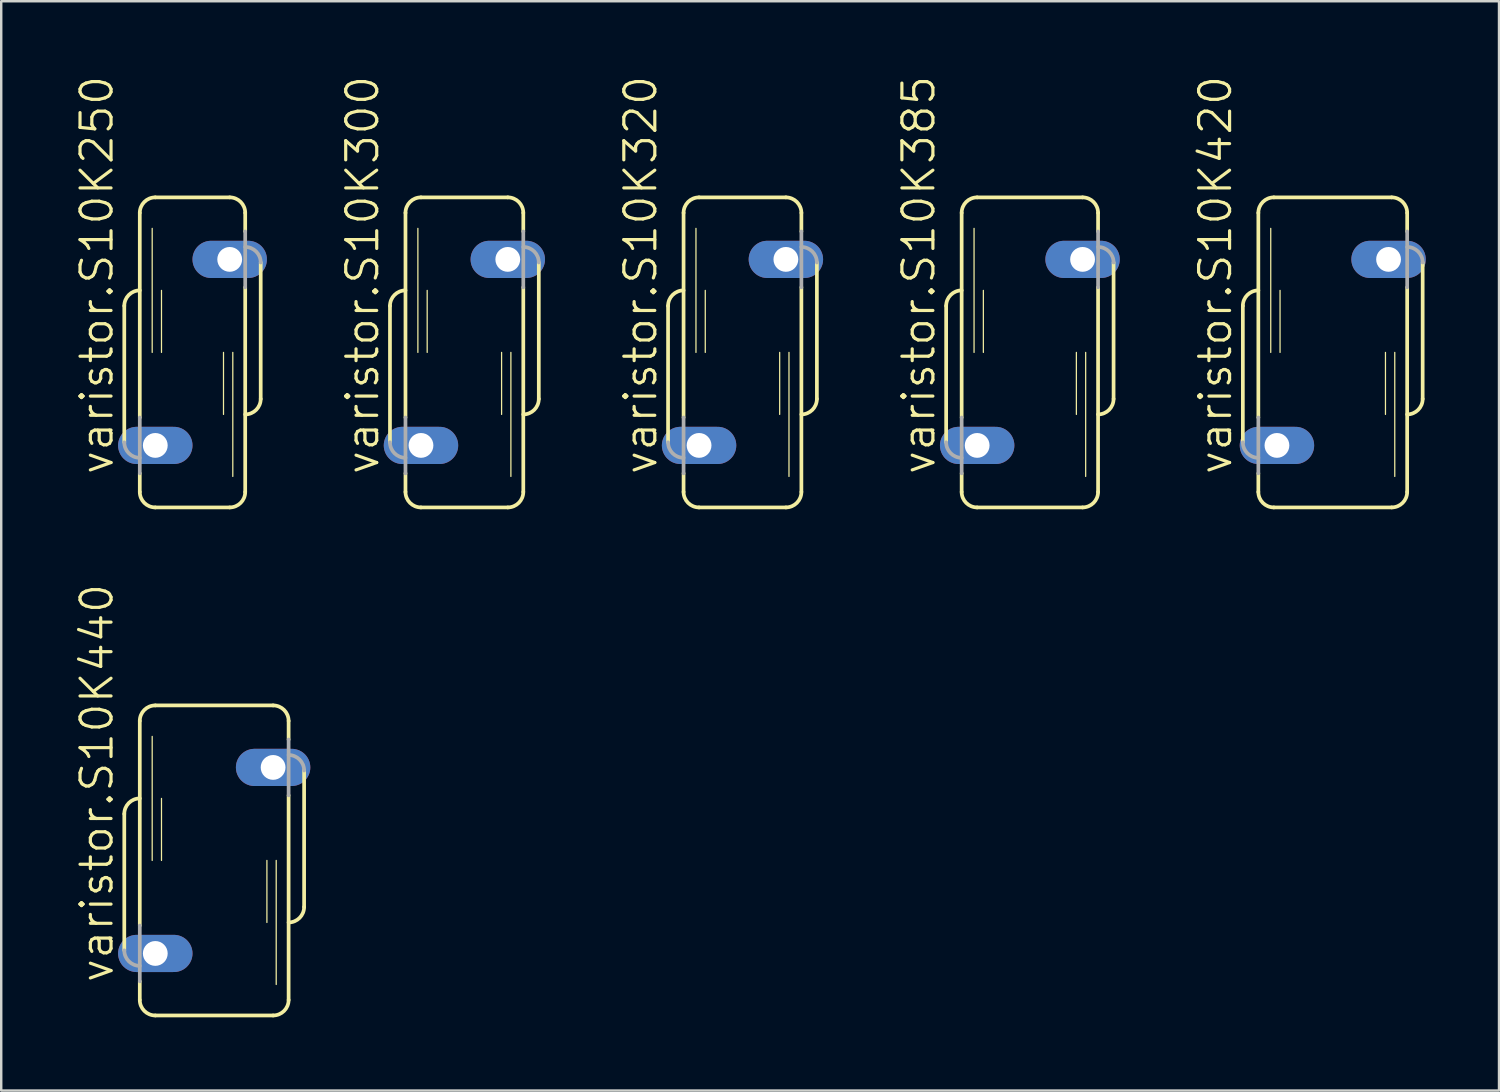
<source format=kicad_pcb>
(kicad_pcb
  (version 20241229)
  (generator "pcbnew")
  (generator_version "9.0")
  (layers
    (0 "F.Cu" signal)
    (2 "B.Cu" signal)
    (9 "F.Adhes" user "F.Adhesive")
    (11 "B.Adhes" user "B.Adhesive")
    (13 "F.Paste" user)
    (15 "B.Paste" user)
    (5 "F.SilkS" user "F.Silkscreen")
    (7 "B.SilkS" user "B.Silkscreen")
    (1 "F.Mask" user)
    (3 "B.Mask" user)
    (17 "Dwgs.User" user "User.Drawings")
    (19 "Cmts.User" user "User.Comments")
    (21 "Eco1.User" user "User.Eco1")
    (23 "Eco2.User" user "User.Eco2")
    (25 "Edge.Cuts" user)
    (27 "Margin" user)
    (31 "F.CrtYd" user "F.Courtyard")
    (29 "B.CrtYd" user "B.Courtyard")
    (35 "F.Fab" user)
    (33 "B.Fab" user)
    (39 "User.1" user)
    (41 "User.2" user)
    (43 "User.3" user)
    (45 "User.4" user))
  (footprint "varistor.S10K440"
    (layer "F.Cu")
    (at 5.724 32.195)
    (property "Reference" "varistor.S10K440" (at -4.064 5.08 90) (layer "F.SilkS") (effects (font (size 1.27 1.27) (thickness 0.13)) (justify left bottom)))
    (attr through_hole)
    (fp_line (start -3.683 -1.905) (end -3.683 3.683) (stroke (width 0.152) (type default)) (layer "F.SilkS"))
    (fp_line (start -3.048 2.667) (end -3.048 -5.715) (stroke (width 0.152) (type default)) (layer "F.SilkS"))
    (fp_line (start -3.048 5.715) (end -3.048 4.953) (stroke (width 0.152) (type default)) (layer "F.SilkS"))
    (fp_line (start -2.54 0) (end -2.54 -5.08) (stroke (width 0.051) (type default)) (layer "F.SilkS"))
    (fp_line (start -2.413 -6.35) (end 2.413 -6.35) (stroke (width 0.152) (type default)) (layer "F.SilkS"))
    (fp_line (start -2.413 6.35) (end 2.413 6.35) (stroke (width 0.152) (type default)) (layer "F.SilkS"))
    (fp_line (start -2.159 0) (end -2.159 -2.54) (stroke (width 0.051) (type default)) (layer "F.SilkS"))
    (fp_line (start 2.159 2.54) (end 2.159 0) (stroke (width 0.051) (type default)) (layer "F.SilkS"))
    (fp_line (start 2.54 5.08) (end 2.54 0) (stroke (width 0.051) (type default)) (layer "F.SilkS"))
    (fp_line (start 3.048 -4.953) (end 3.048 -5.715) (stroke (width 0.152) (type default)) (layer "F.SilkS"))
    (fp_line (start 3.048 5.715) (end 3.048 -2.667) (stroke (width 0.152) (type default)) (layer "F.SilkS"))
    (fp_line (start 3.683 1.905) (end 3.683 -3.683) (stroke (width 0.152) (type default)) (layer "F.SilkS"))
    (fp_arc (start -3.683 -1.905) (mid -3.497013 -2.354013) (end -3.048 -2.54) (stroke (width 0.1524) (type default)) (layer "F.SilkS"))
    (fp_arc (start -3.048 -5.715) (mid -2.862013 -6.164013) (end -2.413 -6.35) (stroke (width 0.1524) (type default)) (layer "F.SilkS"))
    (fp_arc (start -2.413 6.35) (mid -2.862013 6.164013) (end -3.048 5.715) (stroke (width 0.1524) (type default)) (layer "F.SilkS"))
    (fp_arc (start 2.413 -6.35) (mid 2.862013 -6.164013) (end 3.048 -5.715) (stroke (width 0.1524) (type default)) (layer "F.SilkS"))
    (fp_arc (start 3.048 5.715) (mid 2.862013 6.164013) (end 2.413 6.35) (stroke (width 0.1524) (type default)) (layer "F.SilkS"))
    (fp_arc (start 3.683 1.905) (mid 3.497013 2.354013) (end 3.048 2.54) (stroke (width 0.1524) (type default)) (layer "F.SilkS"))
    (fp_line (start -3.048 2.667) (end -3.048 4.953) (stroke (width 0.152) (type default)) (layer "F.Fab"))
    (fp_line (start 3.048 -2.667) (end 3.048 -4.953) (stroke (width 0.152) (type default)) (layer "F.Fab"))
    (fp_arc (start -3.048 4.318) (mid -3.497013 4.132013) (end -3.683 3.683) (stroke (width 0.1524) (type default)) (layer "F.Fab"))
    (fp_arc (start 3.048 -4.318) (mid 3.497013 -4.132013) (end 3.683 -3.683) (stroke (width 0.1524) (type default)) (layer "F.Fab"))
    (pad "1" thru_hole oval (at -2.413 3.81) (size 3.048 1.524) (drill 1.016) (layers "*.Cu" "*.Mask"))
    (pad "2" thru_hole oval (at 2.413 -3.81) (size 3.048 1.524) (drill 1.016) (layers "*.Cu" "*.Mask")))
  (footprint "varistor.S10K320"
    (layer "F.Cu")
    (at 27.363 11.385)
    (property "Reference" "varistor.S10K320" (at -3.429 5.08 90) (layer "F.SilkS") (effects (font (size 1.27 1.27) (thickness 0.13)) (justify left bottom)))
    (attr through_hole)
    (fp_line (start -3.048 -1.905) (end -3.048 3.683) (stroke (width 0.152) (type default)) (layer "F.SilkS"))
    (fp_line (start -2.413 2.667) (end -2.413 -5.715) (stroke (width 0.152) (type default)) (layer "F.SilkS"))
    (fp_line (start -2.413 5.715) (end -2.413 4.953) (stroke (width 0.152) (type default)) (layer "F.SilkS"))
    (fp_line (start -1.905 0) (end -1.905 -5.08) (stroke (width 0.051) (type default)) (layer "F.SilkS"))
    (fp_line (start -1.778 -6.35) (end 1.778 -6.35) (stroke (width 0.152) (type default)) (layer "F.SilkS"))
    (fp_line (start -1.778 6.35) (end 1.778 6.35) (stroke (width 0.152) (type default)) (layer "F.SilkS"))
    (fp_line (start -1.524 0) (end -1.524 -2.54) (stroke (width 0.051) (type default)) (layer "F.SilkS"))
    (fp_line (start 1.524 2.54) (end 1.524 0) (stroke (width 0.051) (type default)) (layer "F.SilkS"))
    (fp_line (start 1.905 5.08) (end 1.905 0) (stroke (width 0.051) (type default)) (layer "F.SilkS"))
    (fp_line (start 2.413 -4.953) (end 2.413 -5.715) (stroke (width 0.152) (type default)) (layer "F.SilkS"))
    (fp_line (start 2.413 5.715) (end 2.413 -2.667) (stroke (width 0.152) (type default)) (layer "F.SilkS"))
    (fp_line (start 3.048 1.905) (end 3.048 -3.683) (stroke (width 0.152) (type default)) (layer "F.SilkS"))
    (fp_arc (start -3.048 -1.905) (mid -2.862013 -2.354013) (end -2.413 -2.54) (stroke (width 0.1524) (type default)) (layer "F.SilkS"))
    (fp_arc (start -2.413 -5.715) (mid -2.227013 -6.164013) (end -1.778 -6.35) (stroke (width 0.1524) (type default)) (layer "F.SilkS"))
    (fp_arc (start -1.778 6.35) (mid -2.227013 6.164013) (end -2.413 5.715) (stroke (width 0.1524) (type default)) (layer "F.SilkS"))
    (fp_arc (start 1.778 -6.35) (mid 2.227013 -6.164013) (end 2.413 -5.715) (stroke (width 0.1524) (type default)) (layer "F.SilkS"))
    (fp_arc (start 2.413 5.715) (mid 2.227013 6.164013) (end 1.778 6.35) (stroke (width 0.1524) (type default)) (layer "F.SilkS"))
    (fp_arc (start 3.048 1.905) (mid 2.862013 2.354013) (end 2.413 2.54) (stroke (width 0.1524) (type default)) (layer "F.SilkS"))
    (fp_line (start -2.413 2.667) (end -2.413 4.953) (stroke (width 0.152) (type default)) (layer "F.Fab"))
    (fp_line (start 2.413 -2.667) (end 2.413 -4.953) (stroke (width 0.152) (type default)) (layer "F.Fab"))
    (fp_arc (start -2.413 4.318) (mid -2.862013 4.132013) (end -3.048 3.683) (stroke (width 0.1524) (type default)) (layer "F.Fab"))
    (fp_arc (start 2.413 -4.318) (mid 2.862013 -4.132013) (end 3.048 -3.683) (stroke (width 0.1524) (type default)) (layer "F.Fab"))
    (pad "1" thru_hole oval (at -1.778 3.81) (size 3.048 1.524) (drill 1.016) (layers "*.Cu" "*.Mask"))
    (pad "2" thru_hole oval (at 1.778 -3.81) (size 3.048 1.524) (drill 1.016) (layers "*.Cu" "*.Mask")))
  (footprint "varistor.S10K385"
    (layer "F.Cu")
    (at 39.135 11.385)
    (property "Reference" "varistor.S10K385" (at -3.81 5.08 90) (layer "F.SilkS") (effects (font (size 1.27 1.27) (thickness 0.13)) (justify left bottom)))
    (attr through_hole)
    (fp_line (start -3.429 -1.905) (end -3.429 3.683) (stroke (width 0.152) (type default)) (layer "F.SilkS"))
    (fp_line (start -2.794 2.667) (end -2.794 -5.715) (stroke (width 0.152) (type default)) (layer "F.SilkS"))
    (fp_line (start -2.794 5.715) (end -2.794 4.953) (stroke (width 0.152) (type default)) (layer "F.SilkS"))
    (fp_line (start -2.286 0) (end -2.286 -5.08) (stroke (width 0.051) (type default)) (layer "F.SilkS"))
    (fp_line (start -2.159 -6.35) (end 2.159 -6.35) (stroke (width 0.152) (type default)) (layer "F.SilkS"))
    (fp_line (start -2.159 6.35) (end 2.159 6.35) (stroke (width 0.152) (type default)) (layer "F.SilkS"))
    (fp_line (start -1.905 0) (end -1.905 -2.54) (stroke (width 0.051) (type default)) (layer "F.SilkS"))
    (fp_line (start 1.905 2.54) (end 1.905 0) (stroke (width 0.051) (type default)) (layer "F.SilkS"))
    (fp_line (start 2.286 5.08) (end 2.286 0) (stroke (width 0.051) (type default)) (layer "F.SilkS"))
    (fp_line (start 2.794 -4.953) (end 2.794 -5.715) (stroke (width 0.152) (type default)) (layer "F.SilkS"))
    (fp_line (start 2.794 5.715) (end 2.794 -2.667) (stroke (width 0.152) (type default)) (layer "F.SilkS"))
    (fp_line (start 3.429 1.905) (end 3.429 -3.683) (stroke (width 0.152) (type default)) (layer "F.SilkS"))
    (fp_arc (start -3.429 -1.905) (mid -3.243013 -2.354013) (end -2.794 -2.54) (stroke (width 0.1524) (type default)) (layer "F.SilkS"))
    (fp_arc (start -2.794 -5.715) (mid -2.608013 -6.164013) (end -2.159 -6.35) (stroke (width 0.1524) (type default)) (layer "F.SilkS"))
    (fp_arc (start -2.159 6.35) (mid -2.608013 6.164013) (end -2.794 5.715) (stroke (width 0.1524) (type default)) (layer "F.SilkS"))
    (fp_arc (start 2.159 -6.35) (mid 2.608013 -6.164013) (end 2.794 -5.715) (stroke (width 0.1524) (type default)) (layer "F.SilkS"))
    (fp_arc (start 2.794 5.715) (mid 2.608013 6.164013) (end 2.159 6.35) (stroke (width 0.1524) (type default)) (layer "F.SilkS"))
    (fp_arc (start 3.429 1.905) (mid 3.243013 2.354013) (end 2.794 2.54) (stroke (width 0.1524) (type default)) (layer "F.SilkS"))
    (fp_line (start -2.794 2.667) (end -2.794 4.953) (stroke (width 0.152) (type default)) (layer "F.Fab"))
    (fp_line (start 2.794 -2.667) (end 2.794 -4.953) (stroke (width 0.152) (type default)) (layer "F.Fab"))
    (fp_arc (start -2.794 4.318) (mid -3.243013 4.132013) (end -3.429 3.683) (stroke (width 0.1524) (type default)) (layer "F.Fab"))
    (fp_arc (start 2.794 -4.318) (mid 3.243013 -4.132013) (end 3.429 -3.683) (stroke (width 0.1524) (type default)) (layer "F.Fab"))
    (pad "1" thru_hole oval (at -2.159 3.81) (size 3.048 1.524) (drill 1.016) (layers "*.Cu" "*.Mask"))
    (pad "2" thru_hole oval (at 2.159 -3.81) (size 3.048 1.524) (drill 1.016) (layers "*.Cu" "*.Mask")))
  (footprint "varistor.S10K250"
    (layer "F.Cu")
    (at 4.835 11.385)
    (property "Reference" "varistor.S10K250" (at -3.175 5.08 90) (layer "F.SilkS") (effects (font (size 1.27 1.27) (thickness 0.13)) (justify left bottom)))
    (attr through_hole)
    (fp_line (start -2.794 -1.905) (end -2.794 3.683) (stroke (width 0.152) (type default)) (layer "F.SilkS"))
    (fp_line (start -2.159 2.667) (end -2.159 -5.715) (stroke (width 0.152) (type default)) (layer "F.SilkS"))
    (fp_line (start -2.159 5.715) (end -2.159 4.953) (stroke (width 0.152) (type default)) (layer "F.SilkS"))
    (fp_line (start -1.651 0) (end -1.651 -5.08) (stroke (width 0.051) (type default)) (layer "F.SilkS"))
    (fp_line (start -1.524 -6.35) (end 1.524 -6.35) (stroke (width 0.152) (type default)) (layer "F.SilkS"))
    (fp_line (start -1.524 6.35) (end 1.524 6.35) (stroke (width 0.152) (type default)) (layer "F.SilkS"))
    (fp_line (start -1.27 0) (end -1.27 -2.54) (stroke (width 0.051) (type default)) (layer "F.SilkS"))
    (fp_line (start 1.27 2.54) (end 1.27 0) (stroke (width 0.051) (type default)) (layer "F.SilkS"))
    (fp_line (start 1.651 5.08) (end 1.651 0) (stroke (width 0.051) (type default)) (layer "F.SilkS"))
    (fp_line (start 2.159 -4.953) (end 2.159 -5.715) (stroke (width 0.152) (type default)) (layer "F.SilkS"))
    (fp_line (start 2.159 5.715) (end 2.159 -2.667) (stroke (width 0.152) (type default)) (layer "F.SilkS"))
    (fp_line (start 2.794 1.905) (end 2.794 -3.683) (stroke (width 0.152) (type default)) (layer "F.SilkS"))
    (fp_arc (start -2.794 -1.905) (mid -2.608013 -2.354013) (end -2.159 -2.54) (stroke (width 0.1524) (type default)) (layer "F.SilkS"))
    (fp_arc (start -2.159 -5.715) (mid -1.973013 -6.164013) (end -1.524 -6.35) (stroke (width 0.1524) (type default)) (layer "F.SilkS"))
    (fp_arc (start -1.524 6.35) (mid -1.973013 6.164013) (end -2.159 5.715) (stroke (width 0.1524) (type default)) (layer "F.SilkS"))
    (fp_arc (start 1.524 -6.35) (mid 1.973013 -6.164013) (end 2.159 -5.715) (stroke (width 0.1524) (type default)) (layer "F.SilkS"))
    (fp_arc (start 2.159 5.715) (mid 1.973013 6.164013) (end 1.524 6.35) (stroke (width 0.1524) (type default)) (layer "F.SilkS"))
    (fp_arc (start 2.794 1.905) (mid 2.608013 2.354013) (end 2.159 2.54) (stroke (width 0.1524) (type default)) (layer "F.SilkS"))
    (fp_line (start -2.159 2.667) (end -2.159 4.953) (stroke (width 0.152) (type default)) (layer "F.Fab"))
    (fp_line (start 2.159 -2.667) (end 2.159 -4.953) (stroke (width 0.152) (type default)) (layer "F.Fab"))
    (fp_arc (start -2.159 4.318) (mid -2.608013 4.132013) (end -2.794 3.683) (stroke (width 0.1524) (type default)) (layer "F.Fab"))
    (fp_arc (start 2.159 -4.318) (mid 2.608013 -4.132013) (end 2.794 -3.683) (stroke (width 0.1524) (type default)) (layer "F.Fab"))
    (pad "1" thru_hole oval (at -1.524 3.81) (size 3.048 1.524) (drill 1.016) (layers "*.Cu" "*.Mask"))
    (pad "2" thru_hole oval (at 1.524 -3.81) (size 3.048 1.524) (drill 1.016) (layers "*.Cu" "*.Mask")))
  (footprint "varistor.S10K300"
    (layer "F.Cu")
    (at 15.972 11.385)
    (property "Reference" "varistor.S10K300" (at -3.429 5.08 90) (layer "F.SilkS") (effects (font (size 1.27 1.27) (thickness 0.13)) (justify left bottom)))
    (attr through_hole)
    (fp_line (start -3.048 -1.905) (end -3.048 3.683) (stroke (width 0.152) (type default)) (layer "F.SilkS"))
    (fp_line (start -2.413 2.667) (end -2.413 -5.715) (stroke (width 0.152) (type default)) (layer "F.SilkS"))
    (fp_line (start -2.413 5.715) (end -2.413 4.953) (stroke (width 0.152) (type default)) (layer "F.SilkS"))
    (fp_line (start -1.905 0) (end -1.905 -5.08) (stroke (width 0.051) (type default)) (layer "F.SilkS"))
    (fp_line (start -1.778 -6.35) (end 1.778 -6.35) (stroke (width 0.152) (type default)) (layer "F.SilkS"))
    (fp_line (start -1.778 6.35) (end 1.778 6.35) (stroke (width 0.152) (type default)) (layer "F.SilkS"))
    (fp_line (start -1.524 0) (end -1.524 -2.54) (stroke (width 0.051) (type default)) (layer "F.SilkS"))
    (fp_line (start 1.524 2.54) (end 1.524 0) (stroke (width 0.051) (type default)) (layer "F.SilkS"))
    (fp_line (start 1.905 5.08) (end 1.905 0) (stroke (width 0.051) (type default)) (layer "F.SilkS"))
    (fp_line (start 2.413 -4.953) (end 2.413 -5.715) (stroke (width 0.152) (type default)) (layer "F.SilkS"))
    (fp_line (start 2.413 5.715) (end 2.413 -2.667) (stroke (width 0.152) (type default)) (layer "F.SilkS"))
    (fp_line (start 3.048 1.905) (end 3.048 -3.683) (stroke (width 0.152) (type default)) (layer "F.SilkS"))
    (fp_arc (start -3.048 -1.905) (mid -2.862013 -2.354013) (end -2.413 -2.54) (stroke (width 0.1524) (type default)) (layer "F.SilkS"))
    (fp_arc (start -2.413 -5.715) (mid -2.227013 -6.164013) (end -1.778 -6.35) (stroke (width 0.1524) (type default)) (layer "F.SilkS"))
    (fp_arc (start -1.778 6.35) (mid -2.227013 6.164013) (end -2.413 5.715) (stroke (width 0.1524) (type default)) (layer "F.SilkS"))
    (fp_arc (start 1.778 -6.35) (mid 2.227013 -6.164013) (end 2.413 -5.715) (stroke (width 0.1524) (type default)) (layer "F.SilkS"))
    (fp_arc (start 2.413 5.715) (mid 2.227013 6.164013) (end 1.778 6.35) (stroke (width 0.1524) (type default)) (layer "F.SilkS"))
    (fp_arc (start 3.048 1.905) (mid 2.862013 2.354013) (end 2.413 2.54) (stroke (width 0.1524) (type default)) (layer "F.SilkS"))
    (fp_line (start -2.413 2.667) (end -2.413 4.953) (stroke (width 0.152) (type default)) (layer "F.Fab"))
    (fp_line (start 2.413 -2.667) (end 2.413 -4.953) (stroke (width 0.152) (type default)) (layer "F.Fab"))
    (fp_arc (start -2.413 4.318) (mid -2.862013 4.132013) (end -3.048 3.683) (stroke (width 0.1524) (type default)) (layer "F.Fab"))
    (fp_arc (start 2.413 -4.318) (mid 2.862013 -4.132013) (end 3.048 -3.683) (stroke (width 0.1524) (type default)) (layer "F.Fab"))
    (pad "1" thru_hole oval (at -1.778 3.81) (size 3.048 1.524) (drill 1.016) (layers "*.Cu" "*.Mask"))
    (pad "2" thru_hole oval (at 1.778 -3.81) (size 3.048 1.524) (drill 1.016) (layers "*.Cu" "*.Mask")))
  (footprint "varistor.S10K420"
    (layer "F.Cu")
    (at 51.542 11.385)
    (property "Reference" "varistor.S10K420" (at -4.064 5.08 90) (layer "F.SilkS") (effects (font (size 1.27 1.27) (thickness 0.13)) (justify left bottom)))
    (attr through_hole)
    (fp_line (start -3.683 -1.905) (end -3.683 3.683) (stroke (width 0.152) (type default)) (layer "F.SilkS"))
    (fp_line (start -3.048 2.667) (end -3.048 -5.715) (stroke (width 0.152) (type default)) (layer "F.SilkS"))
    (fp_line (start -3.048 5.715) (end -3.048 4.953) (stroke (width 0.152) (type default)) (layer "F.SilkS"))
    (fp_line (start -2.54 0) (end -2.54 -5.08) (stroke (width 0.051) (type default)) (layer "F.SilkS"))
    (fp_line (start -2.413 -6.35) (end 2.413 -6.35) (stroke (width 0.152) (type default)) (layer "F.SilkS"))
    (fp_line (start -2.413 6.35) (end 2.413 6.35) (stroke (width 0.152) (type default)) (layer "F.SilkS"))
    (fp_line (start -2.159 0) (end -2.159 -2.54) (stroke (width 0.051) (type default)) (layer "F.SilkS"))
    (fp_line (start 2.159 2.54) (end 2.159 0) (stroke (width 0.051) (type default)) (layer "F.SilkS"))
    (fp_line (start 2.54 5.08) (end 2.54 0) (stroke (width 0.051) (type default)) (layer "F.SilkS"))
    (fp_line (start 3.048 -4.953) (end 3.048 -5.715) (stroke (width 0.152) (type default)) (layer "F.SilkS"))
    (fp_line (start 3.048 5.715) (end 3.048 -2.667) (stroke (width 0.152) (type default)) (layer "F.SilkS"))
    (fp_line (start 3.683 1.905) (end 3.683 -3.683) (stroke (width 0.152) (type default)) (layer "F.SilkS"))
    (fp_arc (start -3.683 -1.905) (mid -3.497013 -2.354013) (end -3.048 -2.54) (stroke (width 0.1524) (type default)) (layer "F.SilkS"))
    (fp_arc (start -3.048 -5.715) (mid -2.862013 -6.164013) (end -2.413 -6.35) (stroke (width 0.1524) (type default)) (layer "F.SilkS"))
    (fp_arc (start -2.413 6.35) (mid -2.862013 6.164013) (end -3.048 5.715) (stroke (width 0.1524) (type default)) (layer "F.SilkS"))
    (fp_arc (start 2.413 -6.35) (mid 2.862013 -6.164013) (end 3.048 -5.715) (stroke (width 0.1524) (type default)) (layer "F.SilkS"))
    (fp_arc (start 3.048 5.715) (mid 2.862013 6.164013) (end 2.413 6.35) (stroke (width 0.1524) (type default)) (layer "F.SilkS"))
    (fp_arc (start 3.683 1.905) (mid 3.497013 2.354013) (end 3.048 2.54) (stroke (width 0.1524) (type default)) (layer "F.SilkS"))
    (fp_line (start -3.048 2.667) (end -3.048 4.953) (stroke (width 0.152) (type default)) (layer "F.Fab"))
    (fp_line (start 3.048 -2.667) (end 3.048 -4.953) (stroke (width 0.152) (type default)) (layer "F.Fab"))
    (fp_arc (start -3.048 4.318) (mid -3.497013 4.132013) (end -3.683 3.683) (stroke (width 0.1524) (type default)) (layer "F.Fab"))
    (fp_arc (start 3.048 -4.318) (mid 3.497013 -4.132013) (end 3.683 -3.683) (stroke (width 0.1524) (type default)) (layer "F.Fab"))
    (pad "1" thru_hole oval (at -2.286 3.81) (size 3.048 1.524) (drill 1.016) (layers "*.Cu" "*.Mask"))
    (pad "2" thru_hole oval (at 2.286 -3.81) (size 3.048 1.524) (drill 1.016) (layers "*.Cu" "*.Mask")))
  (gr_rect
    (start -3 -3)
    (end 58.352 41.622)
    (stroke (width 0.1) (type default))
    (fill no)
    (layer "Edge.Cuts")))
</source>
